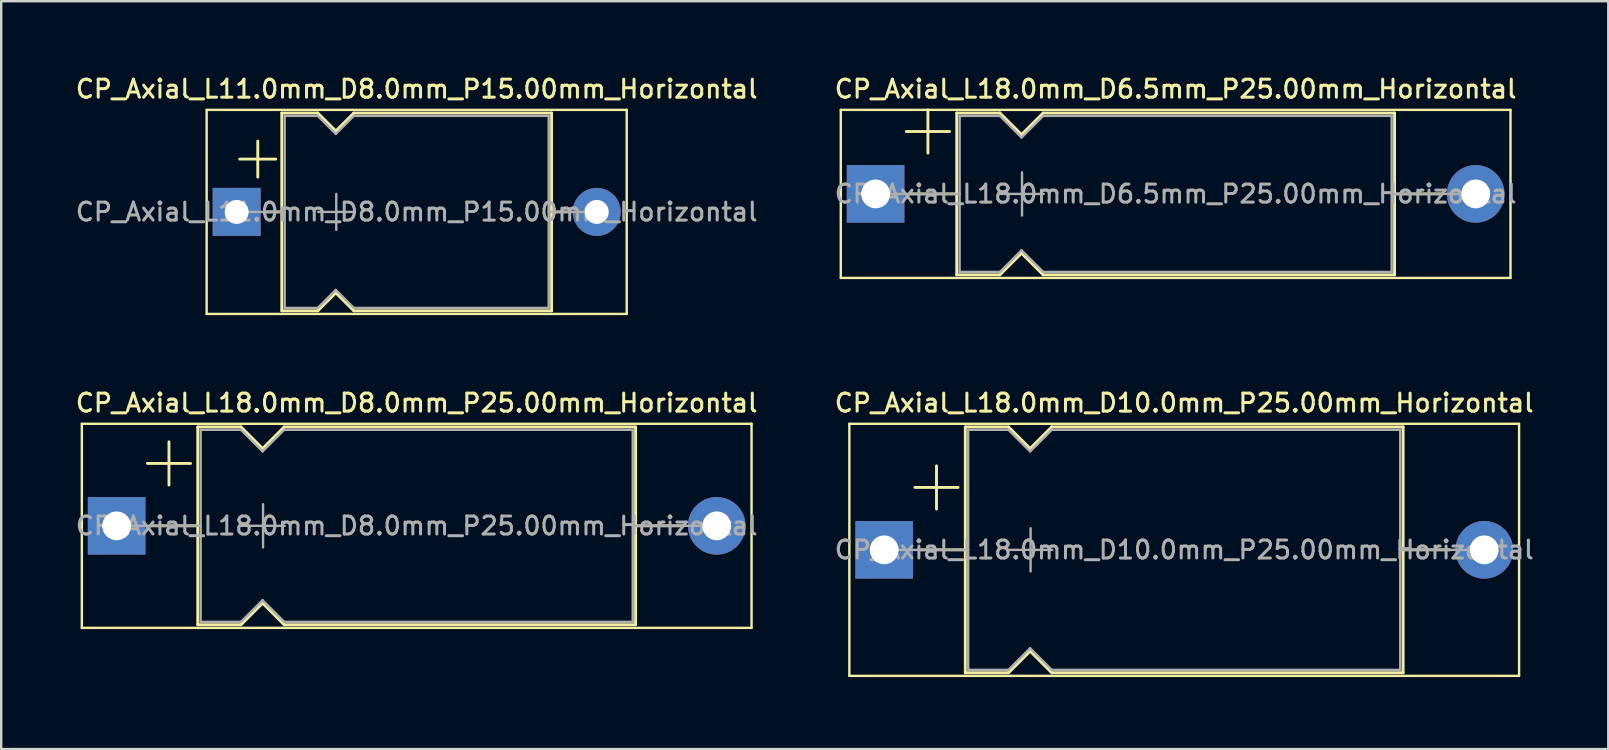
<source format=kicad_pcb>
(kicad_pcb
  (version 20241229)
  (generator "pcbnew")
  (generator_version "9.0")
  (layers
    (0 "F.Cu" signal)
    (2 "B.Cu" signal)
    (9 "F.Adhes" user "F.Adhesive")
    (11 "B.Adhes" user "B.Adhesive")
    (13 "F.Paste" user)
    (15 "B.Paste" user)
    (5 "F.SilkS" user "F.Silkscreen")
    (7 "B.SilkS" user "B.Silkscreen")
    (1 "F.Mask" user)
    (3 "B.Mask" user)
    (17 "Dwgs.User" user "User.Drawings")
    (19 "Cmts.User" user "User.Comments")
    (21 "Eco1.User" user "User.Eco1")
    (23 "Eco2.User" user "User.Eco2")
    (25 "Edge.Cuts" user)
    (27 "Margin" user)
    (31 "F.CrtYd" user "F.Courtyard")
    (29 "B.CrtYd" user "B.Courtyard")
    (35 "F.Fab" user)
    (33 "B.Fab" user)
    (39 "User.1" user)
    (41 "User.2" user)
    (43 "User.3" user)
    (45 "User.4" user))
  (footprint "CP_Axial_L18.0mm_D8.0mm_P25.00mm_Horizontal"
    (layer "F.Cu")
    (at 1.809 18.856)
    (property "Reference" "CP_Axial_L18.0mm_D8.0mm_P25.00mm_Horizontal" (at 12.5 -5.12 0) (layer "F.SilkS") (effects (font (size 0.75 0.75) (thickness 0.125))))
    (attr through_hole)
    (fp_line (start -1.45 -4.25) (end -1.45 4.25) (stroke (width 0.1) (type solid)) (layer "F.SilkS"))
    (fp_line (start -1.45 4.25) (end 26.45 4.25) (stroke (width 0.1) (type solid)) (layer "F.SilkS"))
    (fp_line (start 1.28 -2.6) (end 3.08 -2.6) (stroke (width 0.12) (type solid)) (layer "F.SilkS"))
    (fp_line (start 1.44 0) (end 3.38 0) (stroke (width 0.12) (type solid)) (layer "F.SilkS"))
    (fp_line (start 2.18 -3.5) (end 2.18 -1.7) (stroke (width 0.12) (type solid)) (layer "F.SilkS"))
    (fp_line (start 3.38 -4.12) (end 3.38 4.12) (stroke (width 0.12) (type solid)) (layer "F.SilkS"))
    (fp_line (start 3.38 -4.12) (end 5.18 -4.12) (stroke (width 0.12) (type solid)) (layer "F.SilkS"))
    (fp_line (start 3.38 4.12) (end 5.18 4.12) (stroke (width 0.12) (type solid)) (layer "F.SilkS"))
    (fp_line (start 5.18 -4.12) (end 6.08 -3.22) (stroke (width 0.12) (type solid)) (layer "F.SilkS"))
    (fp_line (start 5.18 4.12) (end 6.08 3.22) (stroke (width 0.12) (type solid)) (layer "F.SilkS"))
    (fp_line (start 6.08 -3.22) (end 6.98 -4.12) (stroke (width 0.12) (type solid)) (layer "F.SilkS"))
    (fp_line (start 6.08 3.22) (end 6.98 4.12) (stroke (width 0.12) (type solid)) (layer "F.SilkS"))
    (fp_line (start 6.98 -4.12) (end 21.62 -4.12) (stroke (width 0.12) (type solid)) (layer "F.SilkS"))
    (fp_line (start 6.98 4.12) (end 21.62 4.12) (stroke (width 0.12) (type solid)) (layer "F.SilkS"))
    (fp_line (start 21.62 -4.12) (end 21.62 4.12) (stroke (width 0.12) (type solid)) (layer "F.SilkS"))
    (fp_line (start 23.56 0) (end 21.62 0) (stroke (width 0.12) (type solid)) (layer "F.SilkS"))
    (fp_line (start 26.45 -4.25) (end -1.45 -4.25) (stroke (width 0.1) (type solid)) (layer "F.SilkS"))
    (fp_line (start 26.45 4.25) (end 26.45 -4.25) (stroke (width 0.1) (type solid)) (layer "F.SilkS"))
    (fp_line (start 0 0) (end 3.5 0) (stroke (width 0.1) (type solid)) (layer "F.Fab"))
    (fp_line (start 3.5 -4) (end 3.5 4) (stroke (width 0.1) (type solid)) (layer "F.Fab"))
    (fp_line (start 3.5 -4) (end 5.18 -4) (stroke (width 0.1) (type solid)) (layer "F.Fab"))
    (fp_line (start 3.5 4) (end 5.18 4) (stroke (width 0.1) (type solid)) (layer "F.Fab"))
    (fp_line (start 5.18 -4) (end 6.08 -3.1) (stroke (width 0.1) (type solid)) (layer "F.Fab"))
    (fp_line (start 5.18 4) (end 6.08 3.1) (stroke (width 0.1) (type solid)) (layer "F.Fab"))
    (fp_line (start 5.2 0) (end 7 0) (stroke (width 0.1) (type solid)) (layer "F.Fab"))
    (fp_line (start 6.08 -3.1) (end 6.98 -4) (stroke (width 0.1) (type solid)) (layer "F.Fab"))
    (fp_line (start 6.08 3.1) (end 6.98 4) (stroke (width 0.1) (type solid)) (layer "F.Fab"))
    (fp_line (start 6.1 -0.9) (end 6.1 0.9) (stroke (width 0.1) (type solid)) (layer "F.Fab"))
    (fp_line (start 6.98 -4) (end 21.5 -4) (stroke (width 0.1) (type solid)) (layer "F.Fab"))
    (fp_line (start 6.98 4) (end 21.5 4) (stroke (width 0.1) (type solid)) (layer "F.Fab"))
    (fp_line (start 21.5 -4) (end 21.5 4) (stroke (width 0.1) (type solid)) (layer "F.Fab"))
    (fp_line (start 25 0) (end 21.5 0) (stroke (width 0.1) (type solid)) (layer "F.Fab"))
    (fp_text user "${REFERENCE}" (at 12.5 0 0) (layer "F.Fab") (effects (font (size 0.75 0.75) (thickness 0.125))))
    (pad "1" thru_hole rect (at 0 0) (size 2.4 2.4) (drill 1.2) (layers "*.Cu" "*.Mask"))
    (pad "2" thru_hole oval (at 25 0) (size 2.4 2.4) (drill 1.2) (layers "*.Cu" "*.Mask")))
  (footprint "CP_Axial_L18.0mm_D6.5mm_P25.00mm_Horizontal"
    (layer "F.Cu")
    (at 33.427 5.028)
    (property "Reference" "CP_Axial_L18.0mm_D6.5mm_P25.00mm_Horizontal" (at 12.5 -4.37 0) (layer "F.SilkS") (effects (font (size 0.75 0.75) (thickness 0.125))))
    (attr through_hole)
    (fp_line (start -1.45 -3.5) (end -1.45 3.5) (stroke (width 0.1) (type solid)) (layer "F.SilkS"))
    (fp_line (start -1.45 3.5) (end 26.45 3.5) (stroke (width 0.1) (type solid)) (layer "F.SilkS"))
    (fp_line (start 1.28 -2.6) (end 3.08 -2.6) (stroke (width 0.12) (type solid)) (layer "F.SilkS"))
    (fp_line (start 1.44 0) (end 3.38 0) (stroke (width 0.12) (type solid)) (layer "F.SilkS"))
    (fp_line (start 2.18 -3.5) (end 2.18 -1.7) (stroke (width 0.12) (type solid)) (layer "F.SilkS"))
    (fp_line (start 3.38 -3.37) (end 3.38 3.37) (stroke (width 0.12) (type solid)) (layer "F.SilkS"))
    (fp_line (start 3.38 -3.37) (end 5.18 -3.37) (stroke (width 0.12) (type solid)) (layer "F.SilkS"))
    (fp_line (start 3.38 3.37) (end 5.18 3.37) (stroke (width 0.12) (type solid)) (layer "F.SilkS"))
    (fp_line (start 5.18 -3.37) (end 6.08 -2.47) (stroke (width 0.12) (type solid)) (layer "F.SilkS"))
    (fp_line (start 5.18 3.37) (end 6.08 2.47) (stroke (width 0.12) (type solid)) (layer "F.SilkS"))
    (fp_line (start 6.08 -2.47) (end 6.98 -3.37) (stroke (width 0.12) (type solid)) (layer "F.SilkS"))
    (fp_line (start 6.08 2.47) (end 6.98 3.37) (stroke (width 0.12) (type solid)) (layer "F.SilkS"))
    (fp_line (start 6.98 -3.37) (end 21.62 -3.37) (stroke (width 0.12) (type solid)) (layer "F.SilkS"))
    (fp_line (start 6.98 3.37) (end 21.62 3.37) (stroke (width 0.12) (type solid)) (layer "F.SilkS"))
    (fp_line (start 21.62 -3.37) (end 21.62 3.37) (stroke (width 0.12) (type solid)) (layer "F.SilkS"))
    (fp_line (start 23.56 0) (end 21.62 0) (stroke (width 0.12) (type solid)) (layer "F.SilkS"))
    (fp_line (start 26.45 -3.5) (end -1.45 -3.5) (stroke (width 0.1) (type solid)) (layer "F.SilkS"))
    (fp_line (start 26.45 3.5) (end 26.45 -3.5) (stroke (width 0.1) (type solid)) (layer "F.SilkS"))
    (fp_line (start 0 0) (end 3.5 0) (stroke (width 0.1) (type solid)) (layer "F.Fab"))
    (fp_line (start 3.5 -3.25) (end 3.5 3.25) (stroke (width 0.1) (type solid)) (layer "F.Fab"))
    (fp_line (start 3.5 -3.25) (end 5.18 -3.25) (stroke (width 0.1) (type solid)) (layer "F.Fab"))
    (fp_line (start 3.5 3.25) (end 5.18 3.25) (stroke (width 0.1) (type solid)) (layer "F.Fab"))
    (fp_line (start 5.18 -3.25) (end 6.08 -2.35) (stroke (width 0.1) (type solid)) (layer "F.Fab"))
    (fp_line (start 5.18 3.25) (end 6.08 2.35) (stroke (width 0.1) (type solid)) (layer "F.Fab"))
    (fp_line (start 5.2 0) (end 7 0) (stroke (width 0.1) (type solid)) (layer "F.Fab"))
    (fp_line (start 6.08 -2.35) (end 6.98 -3.25) (stroke (width 0.1) (type solid)) (layer "F.Fab"))
    (fp_line (start 6.08 2.35) (end 6.98 3.25) (stroke (width 0.1) (type solid)) (layer "F.Fab"))
    (fp_line (start 6.1 -0.9) (end 6.1 0.9) (stroke (width 0.1) (type solid)) (layer "F.Fab"))
    (fp_line (start 6.98 -3.25) (end 21.5 -3.25) (stroke (width 0.1) (type solid)) (layer "F.Fab"))
    (fp_line (start 6.98 3.25) (end 21.5 3.25) (stroke (width 0.1) (type solid)) (layer "F.Fab"))
    (fp_line (start 21.5 -3.25) (end 21.5 3.25) (stroke (width 0.1) (type solid)) (layer "F.Fab"))
    (fp_line (start 25 0) (end 21.5 0) (stroke (width 0.1) (type solid)) (layer "F.Fab"))
    (fp_text user "${REFERENCE}" (at 12.5 0 0) (layer "F.Fab") (effects (font (size 0.75 0.75) (thickness 0.125))))
    (pad "1" thru_hole rect (at 0 0) (size 2.4 2.4) (drill 1.2) (layers "*.Cu" "*.Mask"))
    (pad "2" thru_hole oval (at 25 0) (size 2.4 2.4) (drill 1.2) (layers "*.Cu" "*.Mask")))
  (footprint "CP_Axial_L18.0mm_D10.0mm_P25.00mm_Horizontal"
    (layer "F.Cu")
    (at 33.784 19.856)
    (property "Reference" "CP_Axial_L18.0mm_D10.0mm_P25.00mm_Horizontal" (at 12.5 -6.12 0) (layer "F.SilkS") (effects (font (size 0.75 0.75) (thickness 0.125))))
    (attr through_hole)
    (fp_line (start -1.45 -5.25) (end -1.45 5.25) (stroke (width 0.1) (type solid)) (layer "F.SilkS"))
    (fp_line (start -1.45 5.25) (end 26.45 5.25) (stroke (width 0.1) (type solid)) (layer "F.SilkS"))
    (fp_line (start 1.28 -2.6) (end 3.08 -2.6) (stroke (width 0.12) (type solid)) (layer "F.SilkS"))
    (fp_line (start 1.44 0) (end 3.38 0) (stroke (width 0.12) (type solid)) (layer "F.SilkS"))
    (fp_line (start 2.18 -3.5) (end 2.18 -1.7) (stroke (width 0.12) (type solid)) (layer "F.SilkS"))
    (fp_line (start 3.38 -5.12) (end 3.38 5.12) (stroke (width 0.12) (type solid)) (layer "F.SilkS"))
    (fp_line (start 3.38 -5.12) (end 5.18 -5.12) (stroke (width 0.12) (type solid)) (layer "F.SilkS"))
    (fp_line (start 3.38 5.12) (end 5.18 5.12) (stroke (width 0.12) (type solid)) (layer "F.SilkS"))
    (fp_line (start 5.18 -5.12) (end 6.08 -4.22) (stroke (width 0.12) (type solid)) (layer "F.SilkS"))
    (fp_line (start 5.18 5.12) (end 6.08 4.22) (stroke (width 0.12) (type solid)) (layer "F.SilkS"))
    (fp_line (start 6.08 -4.22) (end 6.98 -5.12) (stroke (width 0.12) (type solid)) (layer "F.SilkS"))
    (fp_line (start 6.08 4.22) (end 6.98 5.12) (stroke (width 0.12) (type solid)) (layer "F.SilkS"))
    (fp_line (start 6.98 -5.12) (end 21.62 -5.12) (stroke (width 0.12) (type solid)) (layer "F.SilkS"))
    (fp_line (start 6.98 5.12) (end 21.62 5.12) (stroke (width 0.12) (type solid)) (layer "F.SilkS"))
    (fp_line (start 21.62 -5.12) (end 21.62 5.12) (stroke (width 0.12) (type solid)) (layer "F.SilkS"))
    (fp_line (start 23.56 0) (end 21.62 0) (stroke (width 0.12) (type solid)) (layer "F.SilkS"))
    (fp_line (start 26.45 -5.25) (end -1.45 -5.25) (stroke (width 0.1) (type solid)) (layer "F.SilkS"))
    (fp_line (start 26.45 5.25) (end 26.45 -5.25) (stroke (width 0.1) (type solid)) (layer "F.SilkS"))
    (fp_line (start 0 0) (end 3.5 0) (stroke (width 0.1) (type solid)) (layer "F.Fab"))
    (fp_line (start 3.5 -5) (end 3.5 5) (stroke (width 0.1) (type solid)) (layer "F.Fab"))
    (fp_line (start 3.5 -5) (end 5.18 -5) (stroke (width 0.1) (type solid)) (layer "F.Fab"))
    (fp_line (start 3.5 5) (end 5.18 5) (stroke (width 0.1) (type solid)) (layer "F.Fab"))
    (fp_line (start 5.18 -5) (end 6.08 -4.1) (stroke (width 0.1) (type solid)) (layer "F.Fab"))
    (fp_line (start 5.18 5) (end 6.08 4.1) (stroke (width 0.1) (type solid)) (layer "F.Fab"))
    (fp_line (start 5.2 0) (end 7 0) (stroke (width 0.1) (type solid)) (layer "F.Fab"))
    (fp_line (start 6.08 -4.1) (end 6.98 -5) (stroke (width 0.1) (type solid)) (layer "F.Fab"))
    (fp_line (start 6.08 4.1) (end 6.98 5) (stroke (width 0.1) (type solid)) (layer "F.Fab"))
    (fp_line (start 6.1 -0.9) (end 6.1 0.9) (stroke (width 0.1) (type solid)) (layer "F.Fab"))
    (fp_line (start 6.98 -5) (end 21.5 -5) (stroke (width 0.1) (type solid)) (layer "F.Fab"))
    (fp_line (start 6.98 5) (end 21.5 5) (stroke (width 0.1) (type solid)) (layer "F.Fab"))
    (fp_line (start 21.5 -5) (end 21.5 5) (stroke (width 0.1) (type solid)) (layer "F.Fab"))
    (fp_line (start 25 0) (end 21.5 0) (stroke (width 0.1) (type solid)) (layer "F.Fab"))
    (fp_text user "${REFERENCE}" (at 12.5 0 0) (layer "F.Fab") (effects (font (size 0.75 0.75) (thickness 0.125))))
    (pad "1" thru_hole rect (at 0 0) (size 2.4 2.4) (drill 1.2) (layers "*.Cu" "*.Mask"))
    (pad "2" thru_hole oval (at 25 0) (size 2.4 2.4) (drill 1.2) (layers "*.Cu" "*.Mask")))
  (footprint "CP_Axial_L11.0mm_D8.0mm_P15.00mm_Horizontal"
    (layer "F.Cu")
    (at 6.809 5.778)
    (property "Reference" "CP_Axial_L11.0mm_D8.0mm_P15.00mm_Horizontal" (at 7.5 -5.12 0) (layer "F.SilkS") (effects (font (size 0.75 0.75) (thickness 0.125))))
    (attr through_hole)
    (fp_line (start -1.25 -4.25) (end -1.25 4.25) (stroke (width 0.1) (type solid)) (layer "F.SilkS"))
    (fp_line (start -1.25 4.25) (end 16.25 4.25) (stroke (width 0.1) (type solid)) (layer "F.SilkS"))
    (fp_line (start 0.13 -2.2) (end 1.63 -2.2) (stroke (width 0.12) (type solid)) (layer "F.SilkS"))
    (fp_line (start 0.88 -2.95) (end 0.88 -1.45) (stroke (width 0.12) (type solid)) (layer "F.SilkS"))
    (fp_line (start 1.24 0) (end 1.88 0) (stroke (width 0.12) (type solid)) (layer "F.SilkS"))
    (fp_line (start 1.88 -4.12) (end 1.88 4.12) (stroke (width 0.12) (type solid)) (layer "F.SilkS"))
    (fp_line (start 1.88 -4.12) (end 3.38 -4.12) (stroke (width 0.12) (type solid)) (layer "F.SilkS"))
    (fp_line (start 1.88 4.12) (end 3.38 4.12) (stroke (width 0.12) (type solid)) (layer "F.SilkS"))
    (fp_line (start 3.38 -4.12) (end 4.13 -3.37) (stroke (width 0.12) (type solid)) (layer "F.SilkS"))
    (fp_line (start 3.38 4.12) (end 4.13 3.37) (stroke (width 0.12) (type solid)) (layer "F.SilkS"))
    (fp_line (start 4.13 -3.37) (end 4.88 -4.12) (stroke (width 0.12) (type solid)) (layer "F.SilkS"))
    (fp_line (start 4.13 3.37) (end 4.88 4.12) (stroke (width 0.12) (type solid)) (layer "F.SilkS"))
    (fp_line (start 4.88 -4.12) (end 13.12 -4.12) (stroke (width 0.12) (type solid)) (layer "F.SilkS"))
    (fp_line (start 4.88 4.12) (end 13.12 4.12) (stroke (width 0.12) (type solid)) (layer "F.SilkS"))
    (fp_line (start 13.12 -4.12) (end 13.12 4.12) (stroke (width 0.12) (type solid)) (layer "F.SilkS"))
    (fp_line (start 13.76 0) (end 13.12 0) (stroke (width 0.12) (type solid)) (layer "F.SilkS"))
    (fp_line (start 16.25 -4.25) (end -1.25 -4.25) (stroke (width 0.1) (type solid)) (layer "F.SilkS"))
    (fp_line (start 16.25 4.25) (end 16.25 -4.25) (stroke (width 0.1) (type solid)) (layer "F.SilkS"))
    (fp_line (start 0 0) (end 2 0) (stroke (width 0.1) (type solid)) (layer "F.Fab"))
    (fp_line (start 2 -4) (end 2 4) (stroke (width 0.1) (type solid)) (layer "F.Fab"))
    (fp_line (start 2 -4) (end 3.38 -4) (stroke (width 0.1) (type solid)) (layer "F.Fab"))
    (fp_line (start 2 4) (end 3.38 4) (stroke (width 0.1) (type solid)) (layer "F.Fab"))
    (fp_line (start 3.38 -4) (end 4.13 -3.25) (stroke (width 0.1) (type solid)) (layer "F.Fab"))
    (fp_line (start 3.38 4) (end 4.13 3.25) (stroke (width 0.1) (type solid)) (layer "F.Fab"))
    (fp_line (start 3.4 0) (end 4.9 0) (stroke (width 0.1) (type solid)) (layer "F.Fab"))
    (fp_line (start 4.13 -3.25) (end 4.88 -4) (stroke (width 0.1) (type solid)) (layer "F.Fab"))
    (fp_line (start 4.13 3.25) (end 4.88 4) (stroke (width 0.1) (type solid)) (layer "F.Fab"))
    (fp_line (start 4.15 -0.75) (end 4.15 0.75) (stroke (width 0.1) (type solid)) (layer "F.Fab"))
    (fp_line (start 4.88 -4) (end 13 -4) (stroke (width 0.1) (type solid)) (layer "F.Fab"))
    (fp_line (start 4.88 4) (end 13 4) (stroke (width 0.1) (type solid)) (layer "F.Fab"))
    (fp_line (start 13 -4) (end 13 4) (stroke (width 0.1) (type solid)) (layer "F.Fab"))
    (fp_line (start 15 0) (end 13 0) (stroke (width 0.1) (type solid)) (layer "F.Fab"))
    (fp_text user "${REFERENCE}" (at 7.5 0 0) (layer "F.Fab") (effects (font (size 0.75 0.75) (thickness 0.125))))
    (pad "1" thru_hole rect (at 0 0) (size 2 2) (drill 1) (layers "*.Cu" "*.Mask"))
    (pad "2" thru_hole oval (at 15 0) (size 2 2) (drill 1) (layers "*.Cu" "*.Mask")))
  (gr_rect
    (start -3 -3)
    (end 63.95 28.156)
    (stroke (width 0.1) (type default))
    (fill no)
    (layer "Edge.Cuts")))
</source>
